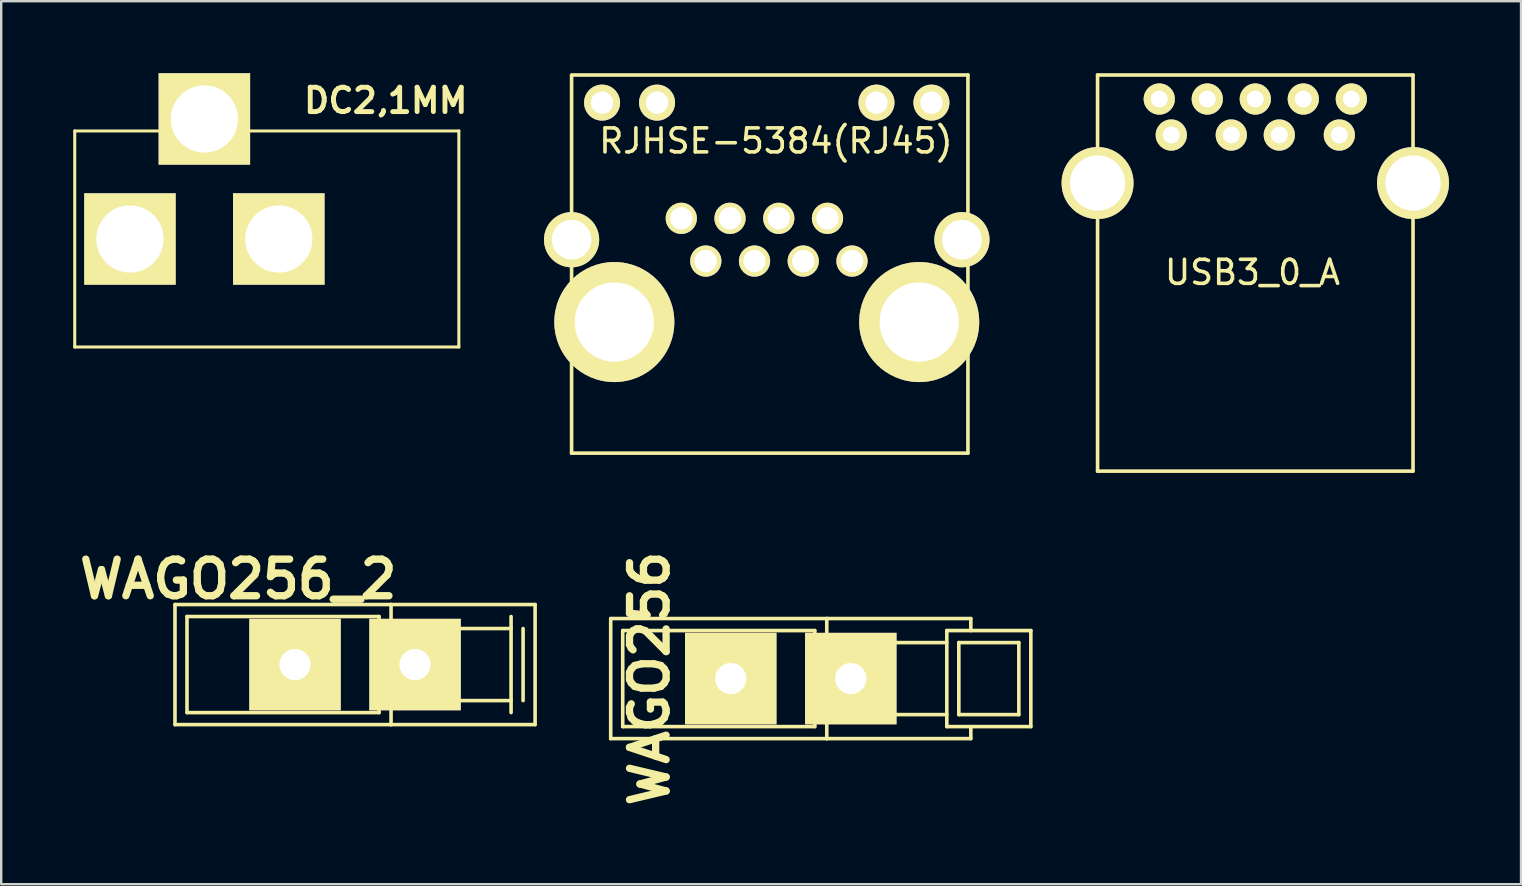
<source format=kicad_pcb>
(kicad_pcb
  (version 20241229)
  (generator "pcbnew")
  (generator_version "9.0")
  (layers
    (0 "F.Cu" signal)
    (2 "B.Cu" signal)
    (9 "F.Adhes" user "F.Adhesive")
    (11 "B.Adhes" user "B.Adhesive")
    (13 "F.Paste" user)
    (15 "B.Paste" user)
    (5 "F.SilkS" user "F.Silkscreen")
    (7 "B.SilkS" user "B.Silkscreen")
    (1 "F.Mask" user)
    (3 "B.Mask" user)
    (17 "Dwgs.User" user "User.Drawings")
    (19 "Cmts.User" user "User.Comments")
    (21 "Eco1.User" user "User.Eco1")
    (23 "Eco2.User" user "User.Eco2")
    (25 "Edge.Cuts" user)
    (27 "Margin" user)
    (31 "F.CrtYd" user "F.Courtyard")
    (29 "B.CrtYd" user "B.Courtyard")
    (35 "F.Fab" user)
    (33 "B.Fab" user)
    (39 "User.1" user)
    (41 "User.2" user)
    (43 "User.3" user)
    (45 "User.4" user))
  (footprint "RJHSE-5384(RJ45)"
    (layer "F.Cu")
    (at 22.539 10.365)
    (property "Reference" "RJHSE-5384(RJ45)" (at 6.731 -7.544 0) (layer "F.SilkS") (effects (font (size 1 1) (thickness 0.15))))
    (attr through_hole)
    (fp_line (start -1.78 -10.27) (end -1.78 5.46) (stroke (width 0.15) (type solid)) (layer "F.SilkS"))
    (fp_line (start -1.78 5.46) (end 14.73 5.46) (stroke (width 0.15) (type solid)) (layer "F.SilkS"))
    (fp_line (start 14.73 -10.29) (end -1.78 -10.29) (stroke (width 0.15) (type solid)) (layer "F.SilkS"))
    (fp_line (start 14.73 5.46) (end 14.73 -10.29) (stroke (width 0.15) (type solid)) (layer "F.SilkS"))
    (pad "1" thru_hole circle (at 9.9 -2.54) (size 1.3 1.3) (drill 0.93) (layers "*.Cu" "*.Mask" "F.SilkS"))
    (pad "2" thru_hole circle (at 8.88 -4.32) (size 1.3 1.3) (drill 0.93) (layers "*.Cu" "*.Mask" "F.SilkS"))
    (pad "3" thru_hole circle (at 7.87 -2.54) (size 1.3 1.3) (drill 0.93) (layers "*.Cu" "*.Mask" "F.SilkS"))
    (pad "4" thru_hole circle (at 6.85 -4.32) (size 1.3 1.3) (drill 0.93) (layers "*.Cu" "*.Mask" "F.SilkS"))
    (pad "5" thru_hole circle (at 5.84 -2.54) (size 1.3 1.3) (drill 0.93) (layers "*.Cu" "*.Mask" "F.SilkS"))
    (pad "6" thru_hole circle (at 4.82 -4.32) (size 1.3 1.3) (drill 0.93) (layers "*.Cu" "*.Mask" "F.SilkS"))
    (pad "7" thru_hole circle (at 3.81 -2.54) (size 1.3 1.3) (drill 0.93) (layers "*.Cu" "*.Mask" "F.SilkS"))
    (pad "8" thru_hole circle (at 2.79 -4.32) (size 1.3 1.3) (drill 0.93) (layers "*.Cu" "*.Mask" "F.SilkS"))
    (pad "9" thru_hole circle (at 13.21 -9.14) (size 1.5 1.5) (drill 0.93) (layers "*.Cu" "*.Mask" "F.SilkS"))
    (pad "10" thru_hole circle (at 10.92 -9.14) (size 1.5 1.5) (drill 0.93) (layers "*.Cu" "*.Mask" "F.SilkS"))
    (pad "11" thru_hole circle (at 1.78 -9.14) (size 1.5 1.5) (drill 0.93) (layers "*.Cu" "*.Mask" "F.SilkS"))
    (pad "12" thru_hole circle (at -0.51 -9.14) (size 1.5 1.5) (drill 0.93) (layers "*.Cu" "*.Mask" "F.SilkS"))
    (pad "13" thru_hole circle (at -1.78 -3.43) (size 2.3 2.3) (drill 1.65) (layers "*.Cu" "*.Mask" "F.SilkS"))
    (pad "13" thru_hole circle (at 0 0) (size 5 5) (drill 3.3) (layers "*.Cu" "*.Mask" "F.SilkS"))
    (pad "13" thru_hole circle (at 12.7 0) (size 5 5) (drill 3.3) (layers "*.Cu" "*.Mask" "F.SilkS"))
    (pad "13" thru_hole circle (at 14.48 -3.43) (size 2.3 2.3) (drill 1.65) (layers "*.Cu" "*.Mask" "F.SilkS")))
  (footprint "WAGO256_2"
    (layer "F.Cu")
    (at 11.699 24.632)
    (property "Reference" "WAGO256_2" (at -4.826 -3.556 0) (layer "F.SilkS") (effects (font (size 1.524 1.524) (thickness 0.305))))
    (attr through_hole)
    (fp_line (start -7.46 -2.5) (end 1.54 -2.5) (stroke (width 0.15) (type solid)) (layer "F.SilkS"))
    (fp_line (start -7.46 2.5) (end -7.46 -2.5) (stroke (width 0.15) (type solid)) (layer "F.SilkS"))
    (fp_line (start -6.96 -2) (end 1.04 -2) (stroke (width 0.15) (type solid)) (layer "F.SilkS"))
    (fp_line (start -6.96 2) (end -6.96 -2) (stroke (width 0.15) (type solid)) (layer "F.SilkS"))
    (fp_line (start -6.96 2) (end 1.04 2) (stroke (width 0.15) (type solid)) (layer "F.SilkS"))
    (fp_line (start 1.04 -2) (end 1.04 2) (stroke (width 0.15) (type solid)) (layer "F.SilkS"))
    (fp_line (start 1.04 -1) (end 1.54 -1) (stroke (width 0.15) (type solid)) (layer "F.SilkS"))
    (fp_line (start 1.04 1) (end 1.54 1) (stroke (width 0.15) (type solid)) (layer "F.SilkS"))
    (fp_line (start 1.54 -2.5) (end 7.54 -2.5) (stroke (width 0.15) (type solid)) (layer "F.SilkS"))
    (fp_line (start 1.54 2.5) (end -7.46 2.5) (stroke (width 0.15) (type solid)) (layer "F.SilkS"))
    (fp_line (start 1.54 2.5) (end 7.54 2.5) (stroke (width 0.15) (type solid)) (layer "F.SilkS"))
    (fp_line (start 1.54 2.5) (end 1.54 -2.5) (stroke (width 0.15) (type solid)) (layer "F.SilkS"))
    (fp_line (start 3.54 -1.5) (end 6.54 -1.5) (stroke (width 0.15) (type solid)) (layer "F.SilkS"))
    (fp_line (start 3.54 1.5) (end 6.54 1.5) (stroke (width 0.15) (type solid)) (layer "F.SilkS"))
    (fp_line (start 3.54 1.5) (end 3.54 -1.5) (stroke (width 0.15) (type solid)) (layer "F.SilkS"))
    (fp_line (start 6.54 -2) (end 6.54 2) (stroke (width 0.15) (type solid)) (layer "F.SilkS"))
    (fp_line (start 7.04 1.501) (end 7.04 -1.501) (stroke (width 0.15) (type solid)) (layer "F.SilkS"))
    (fp_line (start 7.54 2.5) (end 7.54 -2.5) (stroke (width 0.15) (type solid)) (layer "F.SilkS"))
    (pad "1" thru_hole rect (at -2.46 0 90) (size 3.81 3.81) (drill 1.3) (layers "*.Cu" "*.Mask" "F.SilkS"))
    (pad "1" thru_hole rect (at 2.54 0 90) (size 3.81 3.81) (drill 1.3) (layers "*.Cu" "*.Mask" "F.SilkS")))
  (footprint "WAGO256"
    (layer "F.Cu")
    (at 29.849 25.216)
    (property "Reference" "WAGO256" (at -5.842 0 90) (layer "F.SilkS") (effects (font (size 1.524 1.524) (thickness 0.305))))
    (attr through_hole)
    (fp_line (start -7.46 -2.5) (end 1.54 -2.5) (stroke (width 0.15) (type solid)) (layer "F.SilkS"))
    (fp_line (start -7.46 2.5) (end -7.46 -2.5) (stroke (width 0.15) (type solid)) (layer "F.SilkS"))
    (fp_line (start -6.96 -2) (end 1.04 -2) (stroke (width 0.15) (type solid)) (layer "F.SilkS"))
    (fp_line (start -6.96 2) (end -6.96 -2) (stroke (width 0.15) (type solid)) (layer "F.SilkS"))
    (fp_line (start -6.96 2) (end 1.04 2) (stroke (width 0.15) (type solid)) (layer "F.SilkS"))
    (fp_line (start 1.04 -2) (end 1.04 2) (stroke (width 0.15) (type solid)) (layer "F.SilkS"))
    (fp_line (start 1.04 -1) (end 1.54 -1) (stroke (width 0.15) (type solid)) (layer "F.SilkS"))
    (fp_line (start 1.04 1) (end 1.54 1) (stroke (width 0.15) (type solid)) (layer "F.SilkS"))
    (fp_line (start 1.54 -2.5) (end 7.54 -2.5) (stroke (width 0.15) (type solid)) (layer "F.SilkS"))
    (fp_line (start 1.54 2.5) (end -7.46 2.5) (stroke (width 0.15) (type solid)) (layer "F.SilkS"))
    (fp_line (start 1.54 2.5) (end 7.54 2.5) (stroke (width 0.15) (type solid)) (layer "F.SilkS"))
    (fp_line (start 1.54 2.5) (end 1.54 -2.5) (stroke (width 0.15) (type solid)) (layer "F.SilkS"))
    (fp_line (start 3.54 -1.5) (end 6.54 -1.5) (stroke (width 0.15) (type solid)) (layer "F.SilkS"))
    (fp_line (start 3.54 1.5) (end 6.54 1.5) (stroke (width 0.15) (type solid)) (layer "F.SilkS"))
    (fp_line (start 3.54 1.5) (end 3.54 -1.5) (stroke (width 0.15) (type solid)) (layer "F.SilkS"))
    (fp_line (start 6.54 -2) (end 6.54 2) (stroke (width 0.15) (type solid)) (layer "F.SilkS"))
    (fp_line (start 6.54 -2) (end 10.041 -2) (stroke (width 0.15) (type solid)) (layer "F.SilkS"))
    (fp_line (start 6.54 2) (end 10.04 2) (stroke (width 0.15) (type solid)) (layer "F.SilkS"))
    (fp_line (start 7.04 -1.5) (end 9.54 -1.5) (stroke (width 0.15) (type solid)) (layer "F.SilkS"))
    (fp_line (start 7.04 1.5) (end 9.54 1.5) (stroke (width 0.15) (type solid)) (layer "F.SilkS"))
    (fp_line (start 7.04 1.501) (end 7.04 -1.501) (stroke (width 0.15) (type solid)) (layer "F.SilkS"))
    (fp_line (start 7.54 -2) (end 7.54 -2.5) (stroke (width 0.15) (type solid)) (layer "F.SilkS"))
    (fp_line (start 7.54 2.5) (end 7.54 2) (stroke (width 0.15) (type solid)) (layer "F.SilkS"))
    (fp_line (start 9.54 1.501) (end 9.54 -1.501) (stroke (width 0.15) (type solid)) (layer "F.SilkS"))
    (fp_line (start 10.04 -2) (end 10.04 2) (stroke (width 0.15) (type solid)) (layer "F.SilkS"))
    (pad "1" thru_hole rect (at -2.46 0 90) (size 3.81 3.81) (drill 1.3) (layers "*.Cu" "*.Mask" "F.SilkS"))
    (pad "1" thru_hole rect (at 2.54 0 90) (size 3.81 3.81) (drill 1.3) (layers "*.Cu" "*.Mask" "F.SilkS")))
  (footprint "DC2,1MM"
    (placed yes)
    (layer "F.Cu")
    (at 6.173 6.905)
    (property "Reference" "DC2,1MM" (at 6.845 -5.766 0) (layer "F.SilkS") (effects (font (size 1.016 1.016) (thickness 0.203))))
    (attr through_hole)
    (fp_line (start -6.11 -4.5) (end -6.11 4.5) (stroke (width 0.127) (type solid)) (layer "F.SilkS"))
    (fp_line (start -6.11 4.5) (end 9.89 4.5) (stroke (width 0.127) (type solid)) (layer "F.SilkS"))
    (fp_line (start 9.89 -4.5) (end -6.11 -4.5) (stroke (width 0.127) (type solid)) (layer "F.SilkS"))
    (fp_line (start 9.89 4.5) (end 9.89 -4.5) (stroke (width 0.127) (type solid)) (layer "F.SilkS"))
    (pad "1" thru_hole rect (at -3.81 0) (size 3.81 3.81) (drill 2.8) (layers "*.Cu" "*.Mask" "F.SilkS"))
    (pad "2" thru_hole rect (at 2.39 0) (size 3.81 3.81) (drill 2.8) (layers "*.Cu" "*.Mask" "F.SilkS"))
    (pad "3" thru_hole rect (at -0.71 -5) (size 3.81 3.81) (drill 2.8) (layers "*.Cu" "*.Mask" "F.SilkS")))
  (footprint "USB3_0_A"
    (layer "F.Cu")
    (at 42.669 4.575)
    (property "Reference" "USB3_0_A" (at 6.452 3.721 0) (layer "F.SilkS") (effects (font (size 1 1) (thickness 0.15))))
    (attr through_hole)
    (fp_line (start 0 -4.5) (end 0 12) (stroke (width 0.15) (type solid)) (layer "F.SilkS"))
    (fp_line (start 0 -4.5) (end 13.14 -4.5) (stroke (width 0.15) (type solid)) (layer "F.SilkS"))
    (fp_line (start 0 12) (end 13.14 12) (stroke (width 0.15) (type solid)) (layer "F.SilkS"))
    (fp_line (start 13.14 -4.5) (end 13.14 12) (stroke (width 0.15) (type solid)) (layer "F.SilkS"))
    (pad "1" thru_hole circle (at 3.07 -2 270) (size 1.3 1.3) (drill 0.7) (layers "*.Cu" "*.Mask" "F.SilkS"))
    (pad "2" thru_hole circle (at 5.57 -2 270) (size 1.3 1.3) (drill 0.7) (layers "*.Cu" "*.Mask" "F.SilkS"))
    (pad "3" thru_hole circle (at 7.57 -2 270) (size 1.3 1.3) (drill 0.7) (layers "*.Cu" "*.Mask" "F.SilkS"))
    (pad "4" thru_hole circle (at 10.07 -2 270) (size 1.3 1.3) (drill 0.7) (layers "*.Cu" "*.Mask" "F.SilkS"))
    (pad "5" thru_hole circle (at 10.57 -3.5 270) (size 1.3 1.3) (drill 0.7) (layers "*.Cu" "*.Mask" "F.SilkS"))
    (pad "6" thru_hole circle (at 8.57 -3.5 270) (size 1.3 1.3) (drill 0.7) (layers "*.Cu" "*.Mask" "F.SilkS"))
    (pad "7" thru_hole circle (at 6.57 -3.5 270) (size 1.3 1.3) (drill 0.7) (layers "*.Cu" "*.Mask" "F.SilkS"))
    (pad "8" thru_hole circle (at 4.57 -3.5 270) (size 1.3 1.3) (drill 0.7) (layers "*.Cu" "*.Mask" "F.SilkS"))
    (pad "9" thru_hole circle (at 2.57 -3.5 270) (size 1.3 1.3) (drill 0.7) (layers "*.Cu" "*.Mask" "F.SilkS"))
    (pad "10" thru_hole circle (at 0 0 270) (size 3 3) (drill 2.3) (layers "*.Cu" "*.Mask" "F.SilkS"))
    (pad "10" thru_hole circle (at 13.14 0 270) (size 3 3) (drill 2.301) (layers "*.Cu" "*.Mask" "F.SilkS")))
  (gr_rect
    (start -3 -3)
    (end 60.308 33.782)
    (stroke (width 0.1) (type default))
    (fill no)
    (layer "Edge.Cuts")))
</source>
